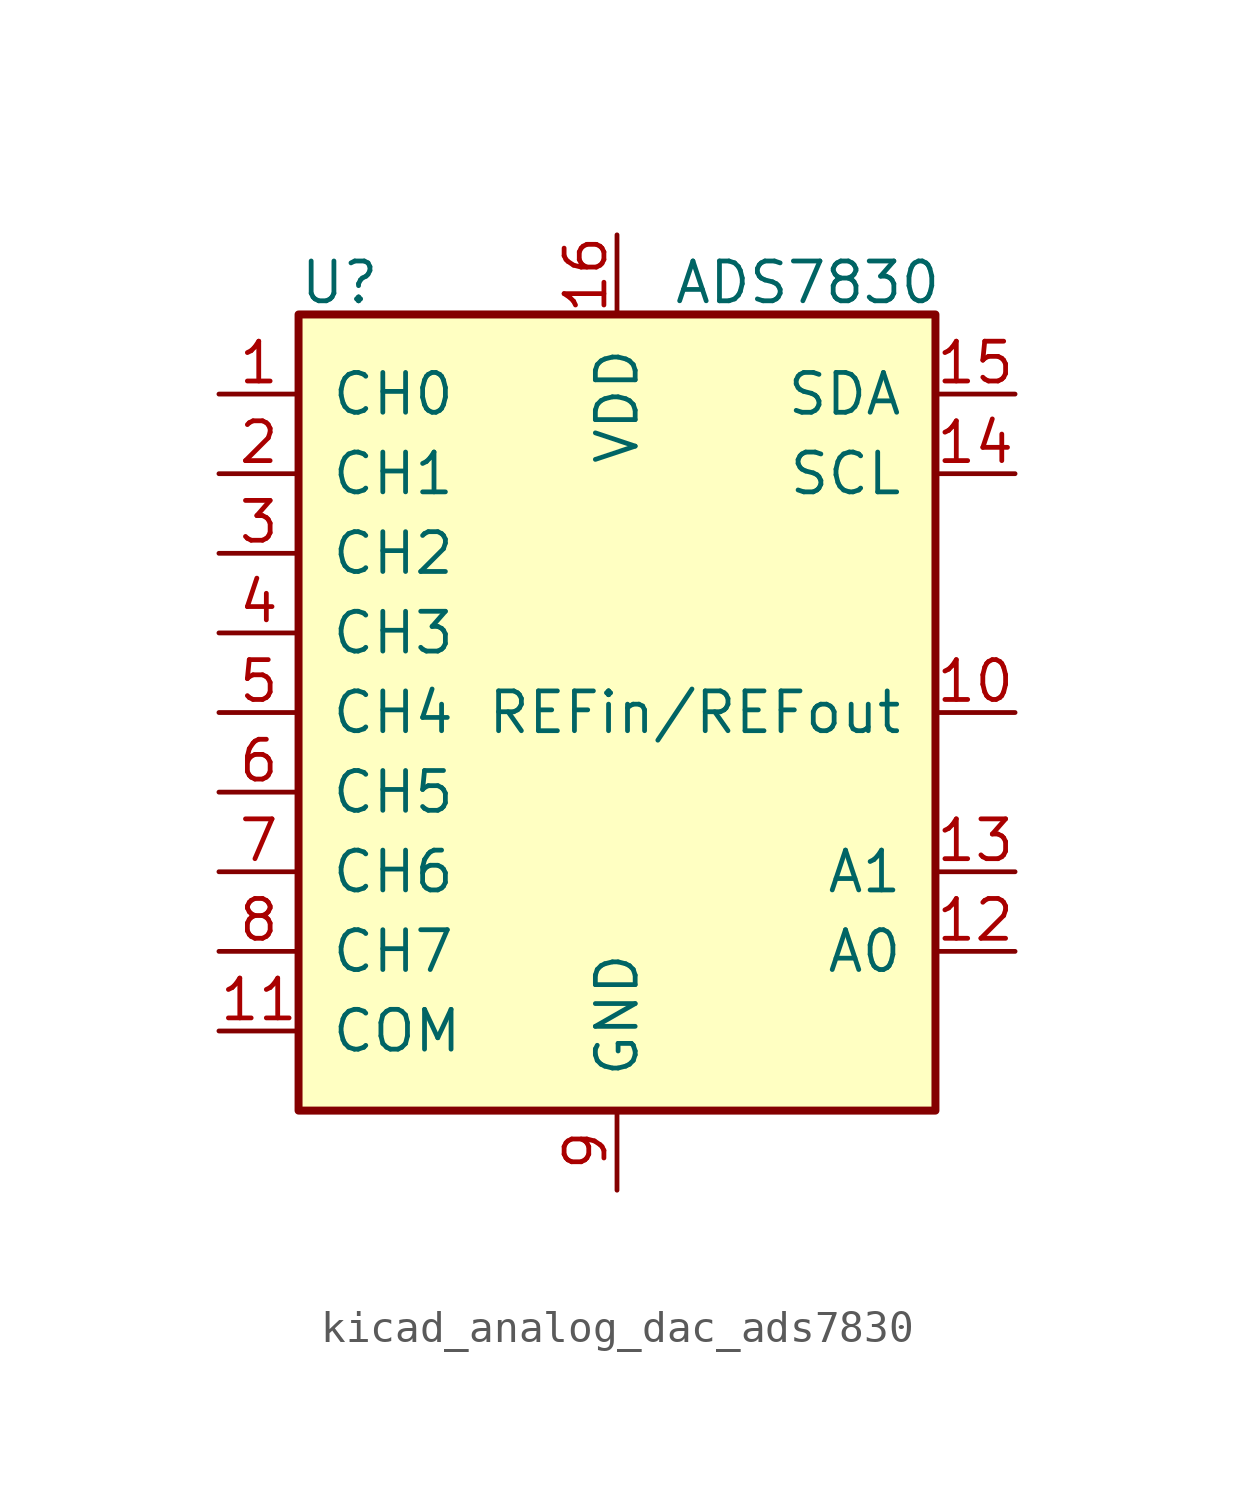
<source format=kicad_sym>
(kicad_symbol_lib
  (version 20220914)
  (generator kicad_symbol_editor)
  (symbol "kicad_analog_dac_ads7830"
    (pin_names
      (offset 1.016))
    (property "Reference" "U"
      (at -10.16 13.716 0)
      (effects (font (size 1.27 1.27)) (justify left)))
    (property "Value" "ADS7830"
      (at 1.778 13.716 0)
      (effects (font (size 1.27 1.27)) (justify left)))
    (symbol "kicad_analog_dac_ads7830_0_1"
      (rectangle (start -10.16 12.7) (end 10.16 -12.7) (stroke (width 0.254) (type default)) (fill (type background))))
    (symbol "kicad_analog_dac_ads7830_1_1"
      (pin input line (at -12.7 10.16 0) (length 2.54) (name "CH0" (effects (font (size 1.27 1.27)))) (number "1" (effects (font (size 1.27 1.27)))))
      (pin bidirectional line (at 12.7 0 180) (length 2.54) (name "REFin/REFout" (effects (font (size 1.27 1.27)))) (number "10" (effects (font (size 1.27 1.27)))))
      (pin input line (at -12.7 -10.16 0) (length 2.54) (name "COM" (effects (font (size 1.27 1.27)))) (number "11" (effects (font (size 1.27 1.27)))))
      (pin input line (at 12.7 -7.62 180) (length 2.54) (name "A0" (effects (font (size 1.27 1.27)))) (number "12" (effects (font (size 1.27 1.27)))))
      (pin input line (at 12.7 -5.08 180) (length 2.54) (name "A1" (effects (font (size 1.27 1.27)))) (number "13" (effects (font (size 1.27 1.27)))))
      (pin input line (at 12.7 7.62 180) (length 2.54) (name "SCL" (effects (font (size 1.27 1.27)))) (number "14" (effects (font (size 1.27 1.27)))))
      (pin bidirectional line (at 12.7 10.16 180) (length 2.54) (name "SDA" (effects (font (size 1.27 1.27)))) (number "15" (effects (font (size 1.27 1.27)))))
      (pin power_in line (at 0 15.24 270) (length 2.54) (name "VDD" (effects (font (size 1.27 1.27)))) (number "16" (effects (font (size 1.27 1.27)))))
      (pin input line (at -12.7 7.62 0) (length 2.54) (name "CH1" (effects (font (size 1.27 1.27)))) (number "2" (effects (font (size 1.27 1.27)))))
      (pin input line (at -12.7 5.08 0) (length 2.54) (name "CH2" (effects (font (size 1.27 1.27)))) (number "3" (effects (font (size 1.27 1.27)))))
      (pin input line (at -12.7 2.54 0) (length 2.54) (name "CH3" (effects (font (size 1.27 1.27)))) (number "4" (effects (font (size 1.27 1.27)))))
      (pin input line (at -12.7 0 0) (length 2.54) (name "CH4" (effects (font (size 1.27 1.27)))) (number "5" (effects (font (size 1.27 1.27)))))
      (pin input line (at -12.7 -2.54 0) (length 2.54) (name "CH5" (effects (font (size 1.27 1.27)))) (number "6" (effects (font (size 1.27 1.27)))))
      (pin input line (at -12.7 -5.08 0) (length 2.54) (name "CH6" (effects (font (size 1.27 1.27)))) (number "7" (effects (font (size 1.27 1.27)))))
      (pin input line (at -12.7 -7.62 0) (length 2.54) (name "CH7" (effects (font (size 1.27 1.27)))) (number "8" (effects (font (size 1.27 1.27)))))
      (pin power_in line (at 0 -15.24 90) (length 2.54) (name "GND" (effects (font (size 1.27 1.27)))) (number "9" (effects (font (size 1.27 1.27))))))))
</source>
